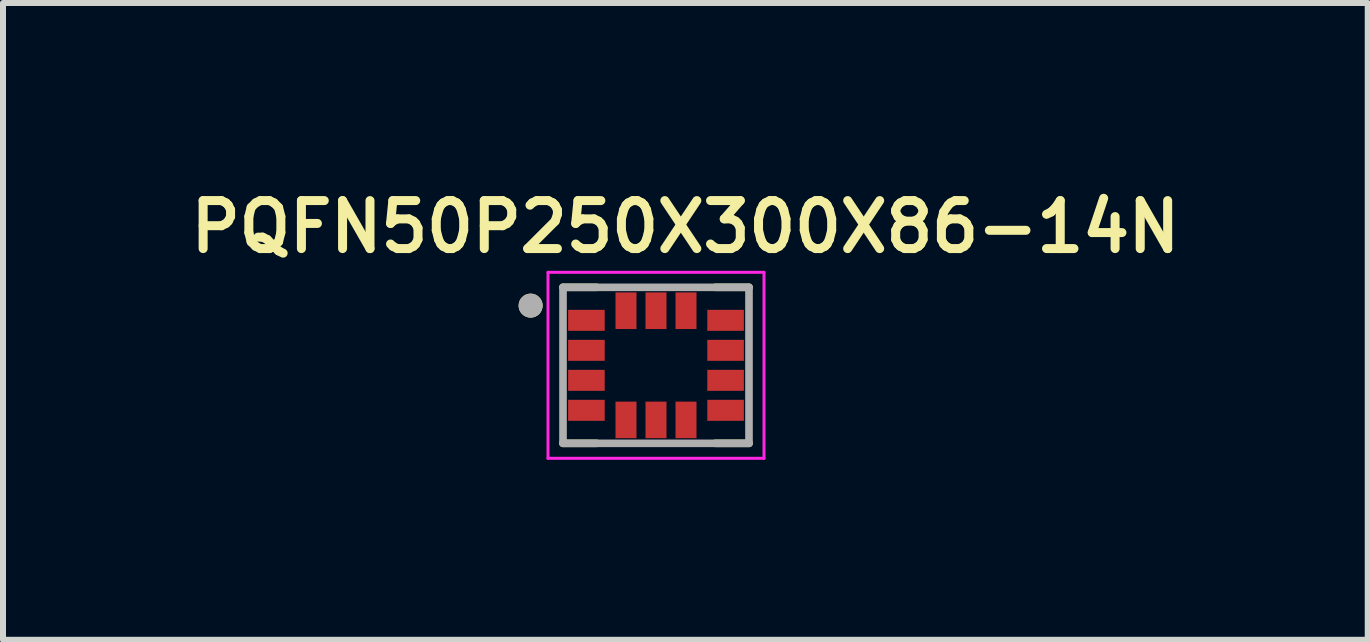
<source format=kicad_pcb>
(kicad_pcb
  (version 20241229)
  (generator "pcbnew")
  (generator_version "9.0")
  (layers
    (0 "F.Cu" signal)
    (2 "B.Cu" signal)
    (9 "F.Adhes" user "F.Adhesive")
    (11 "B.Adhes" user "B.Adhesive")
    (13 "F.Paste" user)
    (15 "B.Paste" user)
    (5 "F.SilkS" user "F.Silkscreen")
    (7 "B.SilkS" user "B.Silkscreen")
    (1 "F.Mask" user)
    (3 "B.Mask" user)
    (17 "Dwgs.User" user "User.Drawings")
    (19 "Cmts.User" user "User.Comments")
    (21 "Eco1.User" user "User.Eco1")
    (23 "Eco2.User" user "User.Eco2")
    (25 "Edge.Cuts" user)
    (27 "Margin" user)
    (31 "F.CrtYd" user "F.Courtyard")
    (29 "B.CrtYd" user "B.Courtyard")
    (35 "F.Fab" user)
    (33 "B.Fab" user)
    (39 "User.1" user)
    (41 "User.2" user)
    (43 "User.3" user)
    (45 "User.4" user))
  (footprint "PQFN50P250X300X86-14N"
    (layer "F.Cu")
    (at 7.884 3.039)
    (property "Reference" "PQFN50P250X300X86-14N" (at 0.49 -2.308 0) (layer "F.SilkS") (effects (font (size 0.8 0.8) (thickness 0.15))))
    (attr smd)
    (fp_poly (pts (xy -1.515 -0.975) (xy -0.805 -0.975) (xy -0.805 -0.525) (xy -1.515 -0.525)) (stroke (width 0.01) (type solid)) (fill yes) (layer "F.Mask"))
    (fp_poly (pts (xy -1.515 -0.475) (xy -0.805 -0.475) (xy -0.805 -0.025) (xy -1.515 -0.025)) (stroke (width 0.01) (type solid)) (fill yes) (layer "F.Mask"))
    (fp_poly (pts (xy -1.515 0.025) (xy -0.805 0.025) (xy -0.805 0.475) (xy -1.515 0.475)) (stroke (width 0.01) (type solid)) (fill yes) (layer "F.Mask"))
    (fp_poly (pts (xy -1.515 0.525) (xy -0.805 0.525) (xy -0.805 0.975) (xy -1.515 0.975)) (stroke (width 0.01) (type solid)) (fill yes) (layer "F.Mask"))
    (fp_poly (pts (xy -0.73 -0.56) (xy -0.73 -1.27) (xy -0.28 -1.27) (xy -0.28 -0.56)) (stroke (width 0.01) (type solid)) (fill yes) (layer "F.Mask"))
    (fp_poly (pts (xy -0.72 1.26) (xy -0.72 0.55) (xy -0.27 0.55) (xy -0.27 1.26)) (stroke (width 0.01) (type solid)) (fill yes) (layer "F.Mask"))
    (fp_poly (pts (xy -0.23 -0.56) (xy -0.23 -1.27) (xy 0.22 -1.27) (xy 0.22 -0.56)) (stroke (width 0.01) (type solid)) (fill yes) (layer "F.Mask"))
    (fp_poly (pts (xy -0.22 1.26) (xy -0.22 0.55) (xy 0.23 0.55) (xy 0.23 1.26)) (stroke (width 0.01) (type solid)) (fill yes) (layer "F.Mask"))
    (fp_poly (pts (xy 0.27 -0.56) (xy 0.27 -1.27) (xy 0.72 -1.27) (xy 0.72 -0.56)) (stroke (width 0.01) (type solid)) (fill yes) (layer "F.Mask"))
    (fp_poly (pts (xy 0.28 1.26) (xy 0.28 0.55) (xy 0.73 0.55) (xy 0.73 1.26)) (stroke (width 0.01) (type solid)) (fill yes) (layer "F.Mask"))
    (fp_poly (pts (xy 0.805 -0.975) (xy 1.515 -0.975) (xy 1.515 -0.525) (xy 0.805 -0.525)) (stroke (width 0.01) (type solid)) (fill yes) (layer "F.Mask"))
    (fp_poly (pts (xy 0.805 -0.475) (xy 1.515 -0.475) (xy 1.515 -0.025) (xy 0.805 -0.025)) (stroke (width 0.01) (type solid)) (fill yes) (layer "F.Mask"))
    (fp_poly (pts (xy 0.805 0.025) (xy 1.515 0.025) (xy 1.515 0.475) (xy 0.805 0.475)) (stroke (width 0.01) (type solid)) (fill yes) (layer "F.Mask"))
    (fp_poly (pts (xy 0.805 0.525) (xy 1.515 0.525) (xy 1.515 0.975) (xy 0.805 0.975)) (stroke (width 0.01) (type solid)) (fill yes) (layer "F.Mask"))
    (fp_line (start -1.55 1.3) (end -0.99 1.3) (stroke (width 0.127) (type solid)) (layer "F.SilkS"))
    (fp_line (start -0.99 -1.3) (end -1.55 -1.3) (stroke (width 0.127) (type solid)) (layer "F.SilkS"))
    (fp_line (start 0.99 -1.3) (end 1.55 -1.3) (stroke (width 0.127) (type solid)) (layer "F.SilkS"))
    (fp_line (start 0.99 1.3) (end 1.55 1.3) (stroke (width 0.127) (type solid)) (layer "F.SilkS"))
    (fp_circle (center -2.09 -0.995) (end -1.99 -0.995) (stroke (width 0.2) (type solid)) (fill no) (layer "F.SilkS"))
    (fp_line (start -1.8 -1.55) (end 1.8 -1.55) (stroke (width 0.05) (type solid)) (layer "F.CrtYd"))
    (fp_line (start -1.8 1.55) (end -1.8 -1.55) (stroke (width 0.05) (type solid)) (layer "F.CrtYd"))
    (fp_line (start 1.8 -1.55) (end 1.8 1.55) (stroke (width 0.05) (type solid)) (layer "F.CrtYd"))
    (fp_line (start 1.8 1.55) (end -1.8 1.55) (stroke (width 0.05) (type solid)) (layer "F.CrtYd"))
    (fp_line (start -1.55 -1.3) (end 1.55 -1.3) (stroke (width 0.127) (type solid)) (layer "F.Fab"))
    (fp_line (start -1.55 1.3) (end -1.55 -1.3) (stroke (width 0.127) (type solid)) (layer "F.Fab"))
    (fp_line (start 1.55 -1.3) (end 1.55 1.3) (stroke (width 0.127) (type solid)) (layer "F.Fab"))
    (fp_line (start 1.55 1.3) (end -1.55 1.3) (stroke (width 0.127) (type solid)) (layer "F.Fab"))
    (fp_circle (center -2.09 -0.995) (end -1.99 -0.995) (stroke (width 0.2) (type solid)) (fill no) (layer "F.Fab"))
    (pad "1" smd rect (at -1.16 -0.75) (size 0.61 0.35) (layers "F.Cu" "F.Paste"))
    (pad "2" smd rect (at -1.16 -0.25) (size 0.61 0.35) (layers "F.Cu" "F.Paste"))
    (pad "3" smd rect (at -1.16 0.25) (size 0.61 0.35) (layers "F.Cu" "F.Paste"))
    (pad "4" smd rect (at -1.16 0.75) (size 0.61 0.35) (layers "F.Cu" "F.Paste"))
    (pad "5" smd rect (at -0.5 0.91 90) (size 0.61 0.35) (layers "F.Cu" "F.Paste"))
    (pad "6" smd rect (at 0 0.91 90) (size 0.61 0.35) (layers "F.Cu" "F.Paste"))
    (pad "7" smd rect (at 0.5 0.91 90) (size 0.61 0.35) (layers "F.Cu" "F.Paste"))
    (pad "8" smd rect (at 1.16 0.75 180) (size 0.61 0.35) (layers "F.Cu" "F.Paste"))
    (pad "9" smd rect (at 1.16 0.25 180) (size 0.61 0.35) (layers "F.Cu" "F.Paste"))
    (pad "10" smd rect (at 1.16 -0.25 180) (size 0.61 0.35) (layers "F.Cu" "F.Paste"))
    (pad "11" smd rect (at 1.16 -0.75 180) (size 0.61 0.35) (layers "F.Cu" "F.Paste"))
    (pad "12" smd rect (at 0.5 -0.91 270) (size 0.61 0.35) (layers "F.Cu" "F.Paste"))
    (pad "13" smd rect (at 0 -0.91 270) (size 0.61 0.35) (layers "F.Cu" "F.Paste"))
    (pad "14" smd rect (at -0.5 -0.91 270) (size 0.61 0.35) (layers "F.Cu" "F.Paste")))
  (gr_rect
    (start -3 -3)
    (end 19.747 7.614)
    (stroke (width 0.1) (type default))
    (fill no)
    (layer "Edge.Cuts")))
</source>
